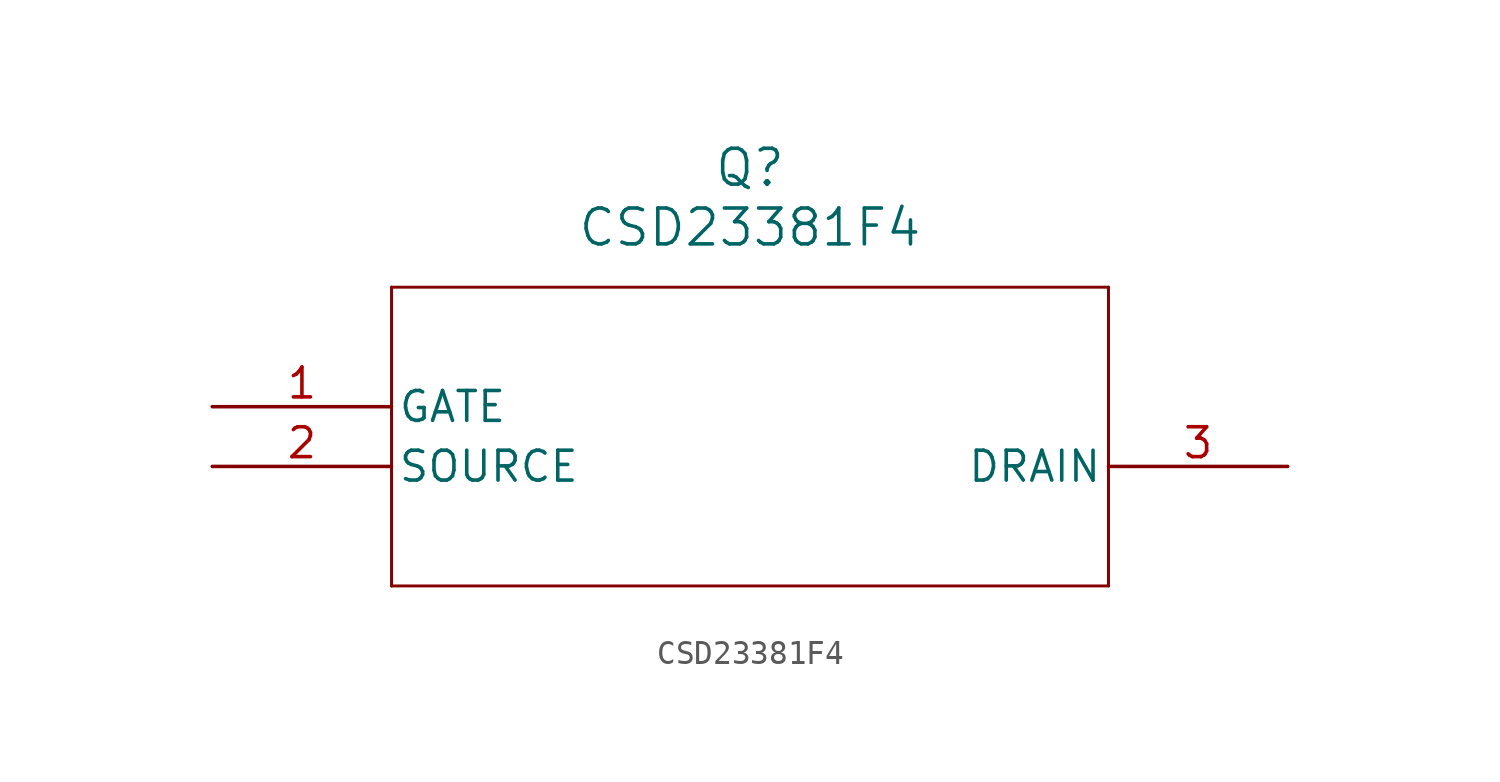
<source format=kicad_sym>
(kicad_symbol_lib
  (version 20211014)
  (generator kicad_symbol_editor)
  (symbol "CSD23381F4"
    (pin_names
      (offset 0.254))
    (property "Reference" "Q"
      (at 22.86 10.16 0)
      (effects (font (size 1.524 1.524))))
    (property "Value" "CSD23381F4"
      (at 22.86 7.62 0)
      (effects (font (size 1.524 1.524))))
    (symbol "CSD23381F4_0_1"
      (polyline (pts (xy 7.62 5.08) (xy 7.62 -7.62)) (stroke (width 0.127) (type default) (color 0 0 0 0)) (fill (type none)))
      (polyline (pts (xy 7.62 -7.62) (xy 38.1 -7.62)) (stroke (width 0.127) (type default) (color 0 0 0 0)) (fill (type none)))
      (polyline (pts (xy 38.1 -7.62) (xy 38.1 5.08)) (stroke (width 0.127) (type default) (color 0 0 0 0)) (fill (type none)))
      (polyline (pts (xy 38.1 5.08) (xy 7.62 5.08)) (stroke (width 0.127) (type default) (color 0 0 0 0)) (fill (type none)))
      (pin unspecified line (at 0 0 0) (length 7.62) (name "GATE" (effects (font (size 1.27 1.27)))) (number "1" (effects (font (size 1.27 1.27)))))
      (pin unspecified line (at 0 -2.54 0) (length 7.62) (name "SOURCE" (effects (font (size 1.27 1.27)))) (number "2" (effects (font (size 1.27 1.27)))))
      (pin unspecified line (at 45.72 -2.54 180) (length 7.62) (name "DRAIN" (effects (font (size 1.27 1.27)))) (number "3" (effects (font (size 1.27 1.27))))))))
</source>
